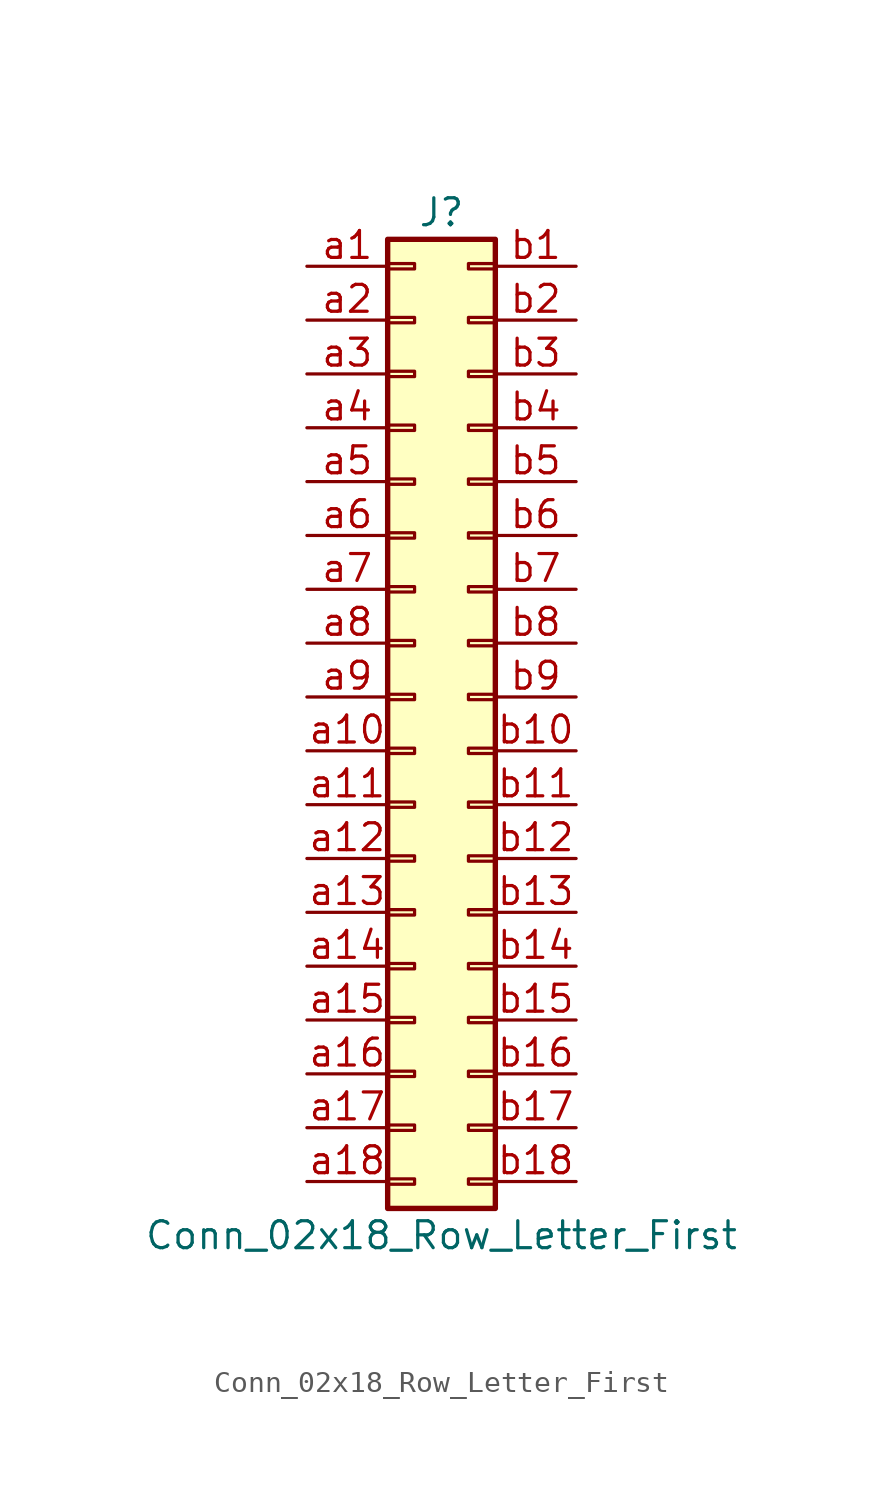
<source format=kicad_sym>
(kicad_symbol_lib
  (version 20201005)
  (generator kicad_symbol_editor)
  (symbol "Conn_02x18_Row_Letter_First"
    (pin_names
      (offset 1.016) hide)
    (property "Reference" "J"
      (at 1.27 22.86 0)
      (effects (font (size 1.27 1.27))))
    (property "Value" "Conn_02x18_Row_Letter_First"
      (at 1.27 -25.4 0)
      (effects (font (size 1.27 1.27))))
    (symbol "Conn_02x18_Row_Letter_First_1_1"
      (rectangle (start -1.27 -22.733) (end 0 -22.987) (stroke (width 0.152)) (fill (type none)))
      (rectangle (start -1.27 -20.193) (end 0 -20.447) (stroke (width 0.152)) (fill (type none)))
      (rectangle (start -1.27 -17.653) (end 0 -17.907) (stroke (width 0.152)) (fill (type none)))
      (rectangle (start -1.27 -15.113) (end 0 -15.367) (stroke (width 0.152)) (fill (type none)))
      (rectangle (start -1.27 -12.573) (end 0 -12.827) (stroke (width 0.152)) (fill (type none)))
      (rectangle (start -1.27 -10.033) (end 0 -10.287) (stroke (width 0.152)) (fill (type none)))
      (rectangle (start -1.27 -7.493) (end 0 -7.747) (stroke (width 0.152)) (fill (type none)))
      (rectangle (start -1.27 -4.953) (end 0 -5.207) (stroke (width 0.152)) (fill (type none)))
      (rectangle (start -1.27 -2.413) (end 0 -2.667) (stroke (width 0.152)) (fill (type none)))
      (rectangle (start -1.27 0.127) (end 0 -0.127) (stroke (width 0.152)) (fill (type none)))
      (rectangle (start -1.27 2.667) (end 0 2.413) (stroke (width 0.152)) (fill (type none)))
      (rectangle (start -1.27 5.207) (end 0 4.953) (stroke (width 0.152)) (fill (type none)))
      (rectangle (start -1.27 7.747) (end 0 7.493) (stroke (width 0.152)) (fill (type none)))
      (rectangle (start -1.27 10.287) (end 0 10.033) (stroke (width 0.152)) (fill (type none)))
      (rectangle (start -1.27 12.827) (end 0 12.573) (stroke (width 0.152)) (fill (type none)))
      (rectangle (start -1.27 15.367) (end 0 15.113) (stroke (width 0.152)) (fill (type none)))
      (rectangle (start -1.27 17.907) (end 0 17.653) (stroke (width 0.152)) (fill (type none)))
      (rectangle (start -1.27 20.447) (end 0 20.193) (stroke (width 0.152)) (fill (type none)))
      (rectangle (start 3.81 -22.733) (end 2.54 -22.987) (stroke (width 0.152)) (fill (type none)))
      (rectangle (start 3.81 -20.193) (end 2.54 -20.447) (stroke (width 0.152)) (fill (type none)))
      (rectangle (start 3.81 -17.653) (end 2.54 -17.907) (stroke (width 0.152)) (fill (type none)))
      (rectangle (start 3.81 -15.113) (end 2.54 -15.367) (stroke (width 0.152)) (fill (type none)))
      (rectangle (start 3.81 -12.573) (end 2.54 -12.827) (stroke (width 0.152)) (fill (type none)))
      (rectangle (start 3.81 -10.033) (end 2.54 -10.287) (stroke (width 0.152)) (fill (type none)))
      (rectangle (start 3.81 -7.493) (end 2.54 -7.747) (stroke (width 0.152)) (fill (type none)))
      (rectangle (start 3.81 -4.953) (end 2.54 -5.207) (stroke (width 0.152)) (fill (type none)))
      (rectangle (start 3.81 -2.413) (end 2.54 -2.667) (stroke (width 0.152)) (fill (type none)))
      (rectangle (start 3.81 0.127) (end 2.54 -0.127) (stroke (width 0.152)) (fill (type none)))
      (rectangle (start 3.81 2.667) (end 2.54 2.413) (stroke (width 0.152)) (fill (type none)))
      (rectangle (start 3.81 5.207) (end 2.54 4.953) (stroke (width 0.152)) (fill (type none)))
      (rectangle (start 3.81 7.747) (end 2.54 7.493) (stroke (width 0.152)) (fill (type none)))
      (rectangle (start 3.81 10.287) (end 2.54 10.033) (stroke (width 0.152)) (fill (type none)))
      (rectangle (start 3.81 12.827) (end 2.54 12.573) (stroke (width 0.152)) (fill (type none)))
      (rectangle (start 3.81 15.367) (end 2.54 15.113) (stroke (width 0.152)) (fill (type none)))
      (rectangle (start 3.81 17.907) (end 2.54 17.653) (stroke (width 0.152)) (fill (type none)))
      (rectangle (start 3.81 20.447) (end 2.54 20.193) (stroke (width 0.152)) (fill (type none)))
      (rectangle (start -1.27 21.59) (end 3.81 -24.13) (stroke (width 0.254)) (fill (type background)))
      (pin passive line (at -5.08 20.32 0) (length 3.81) (name "Pin_a1" (effects (font (size 1.27 1.27)))) (number "a1" (effects (font (size 1.27 1.27)))))
      (pin passive line (at -5.08 -2.54 0) (length 3.81) (name "Pin_a10" (effects (font (size 1.27 1.27)))) (number "a10" (effects (font (size 1.27 1.27)))))
      (pin passive line (at -5.08 -5.08 0) (length 3.81) (name "Pin_a11" (effects (font (size 1.27 1.27)))) (number "a11" (effects (font (size 1.27 1.27)))))
      (pin passive line (at -5.08 -7.62 0) (length 3.81) (name "Pin_a12" (effects (font (size 1.27 1.27)))) (number "a12" (effects (font (size 1.27 1.27)))))
      (pin passive line (at -5.08 -10.16 0) (length 3.81) (name "Pin_a13" (effects (font (size 1.27 1.27)))) (number "a13" (effects (font (size 1.27 1.27)))))
      (pin passive line (at -5.08 -12.7 0) (length 3.81) (name "Pin_a14" (effects (font (size 1.27 1.27)))) (number "a14" (effects (font (size 1.27 1.27)))))
      (pin passive line (at -5.08 -15.24 0) (length 3.81) (name "Pin_a15" (effects (font (size 1.27 1.27)))) (number "a15" (effects (font (size 1.27 1.27)))))
      (pin passive line (at -5.08 -17.78 0) (length 3.81) (name "Pin_a16" (effects (font (size 1.27 1.27)))) (number "a16" (effects (font (size 1.27 1.27)))))
      (pin passive line (at -5.08 -20.32 0) (length 3.81) (name "Pin_a17" (effects (font (size 1.27 1.27)))) (number "a17" (effects (font (size 1.27 1.27)))))
      (pin passive line (at -5.08 -22.86 0) (length 3.81) (name "Pin_a18" (effects (font (size 1.27 1.27)))) (number "a18" (effects (font (size 1.27 1.27)))))
      (pin passive line (at -5.08 17.78 0) (length 3.81) (name "Pin_a2" (effects (font (size 1.27 1.27)))) (number "a2" (effects (font (size 1.27 1.27)))))
      (pin passive line (at -5.08 15.24 0) (length 3.81) (name "Pin_a3" (effects (font (size 1.27 1.27)))) (number "a3" (effects (font (size 1.27 1.27)))))
      (pin passive line (at -5.08 12.7 0) (length 3.81) (name "Pin_a4" (effects (font (size 1.27 1.27)))) (number "a4" (effects (font (size 1.27 1.27)))))
      (pin passive line (at -5.08 10.16 0) (length 3.81) (name "Pin_a5" (effects (font (size 1.27 1.27)))) (number "a5" (effects (font (size 1.27 1.27)))))
      (pin passive line (at -5.08 7.62 0) (length 3.81) (name "Pin_a6" (effects (font (size 1.27 1.27)))) (number "a6" (effects (font (size 1.27 1.27)))))
      (pin passive line (at -5.08 5.08 0) (length 3.81) (name "Pin_a7" (effects (font (size 1.27 1.27)))) (number "a7" (effects (font (size 1.27 1.27)))))
      (pin passive line (at -5.08 2.54 0) (length 3.81) (name "Pin_a8" (effects (font (size 1.27 1.27)))) (number "a8" (effects (font (size 1.27 1.27)))))
      (pin passive line (at -5.08 0 0) (length 3.81) (name "Pin_a9" (effects (font (size 1.27 1.27)))) (number "a9" (effects (font (size 1.27 1.27)))))
      (pin passive line (at 7.62 20.32 180) (length 3.81) (name "Pin_b1" (effects (font (size 1.27 1.27)))) (number "b1" (effects (font (size 1.27 1.27)))))
      (pin passive line (at 7.62 -2.54 180) (length 3.81) (name "Pin_b10" (effects (font (size 1.27 1.27)))) (number "b10" (effects (font (size 1.27 1.27)))))
      (pin passive line (at 7.62 -5.08 180) (length 3.81) (name "Pin_b11" (effects (font (size 1.27 1.27)))) (number "b11" (effects (font (size 1.27 1.27)))))
      (pin passive line (at 7.62 -7.62 180) (length 3.81) (name "Pin_b12" (effects (font (size 1.27 1.27)))) (number "b12" (effects (font (size 1.27 1.27)))))
      (pin passive line (at 7.62 -10.16 180) (length 3.81) (name "Pin_b13" (effects (font (size 1.27 1.27)))) (number "b13" (effects (font (size 1.27 1.27)))))
      (pin passive line (at 7.62 -12.7 180) (length 3.81) (name "Pin_b14" (effects (font (size 1.27 1.27)))) (number "b14" (effects (font (size 1.27 1.27)))))
      (pin passive line (at 7.62 -15.24 180) (length 3.81) (name "Pin_b15" (effects (font (size 1.27 1.27)))) (number "b15" (effects (font (size 1.27 1.27)))))
      (pin passive line (at 7.62 -17.78 180) (length 3.81) (name "Pin_b16" (effects (font (size 1.27 1.27)))) (number "b16" (effects (font (size 1.27 1.27)))))
      (pin passive line (at 7.62 -20.32 180) (length 3.81) (name "Pin_b17" (effects (font (size 1.27 1.27)))) (number "b17" (effects (font (size 1.27 1.27)))))
      (pin passive line (at 7.62 -22.86 180) (length 3.81) (name "Pin_b18" (effects (font (size 1.27 1.27)))) (number "b18" (effects (font (size 1.27 1.27)))))
      (pin passive line (at 7.62 17.78 180) (length 3.81) (name "Pin_b2" (effects (font (size 1.27 1.27)))) (number "b2" (effects (font (size 1.27 1.27)))))
      (pin passive line (at 7.62 15.24 180) (length 3.81) (name "Pin_b3" (effects (font (size 1.27 1.27)))) (number "b3" (effects (font (size 1.27 1.27)))))
      (pin passive line (at 7.62 12.7 180) (length 3.81) (name "Pin_b4" (effects (font (size 1.27 1.27)))) (number "b4" (effects (font (size 1.27 1.27)))))
      (pin passive line (at 7.62 10.16 180) (length 3.81) (name "Pin_b5" (effects (font (size 1.27 1.27)))) (number "b5" (effects (font (size 1.27 1.27)))))
      (pin passive line (at 7.62 7.62 180) (length 3.81) (name "Pin_b6" (effects (font (size 1.27 1.27)))) (number "b6" (effects (font (size 1.27 1.27)))))
      (pin passive line (at 7.62 5.08 180) (length 3.81) (name "Pin_b7" (effects (font (size 1.27 1.27)))) (number "b7" (effects (font (size 1.27 1.27)))))
      (pin passive line (at 7.62 2.54 180) (length 3.81) (name "Pin_b8" (effects (font (size 1.27 1.27)))) (number "b8" (effects (font (size 1.27 1.27)))))
      (pin passive line (at 7.62 0 180) (length 3.81) (name "Pin_b9" (effects (font (size 1.27 1.27)))) (number "b9" (effects (font (size 1.27 1.27))))))))
</source>
